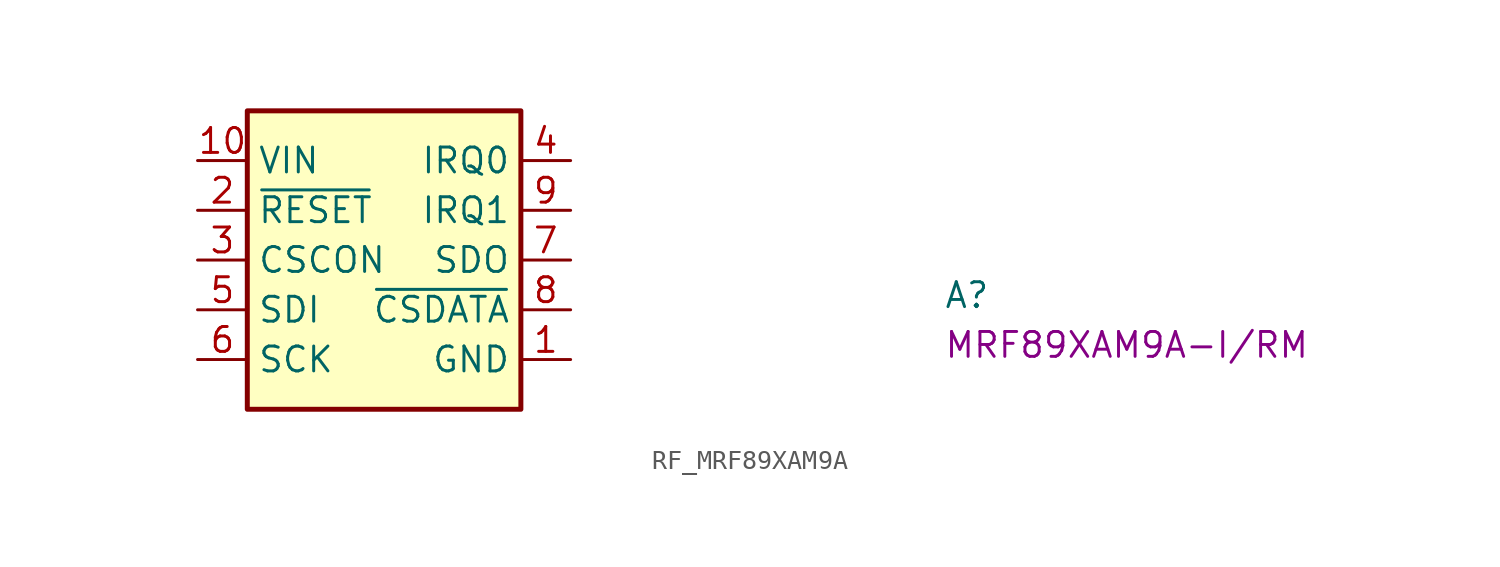
<source format=kicad_sym>
(kicad_symbol_lib
  (version 20220914)
  (generator kicad_symbol_editor)
  (symbol "RF_MRF89XAM9A"
    (property "Reference" "A"
      (at 38.1 -7.62 0)
      (effects (font (size 1.27 1.27) (thickness 0.15)) (justify left bottom)))
    (property "MPN" "MRF89XAM9A-I/RM"
      (at 38.1 -10.16 0)
      (effects (font (size 1.27 1.27) (thickness 0.15)) (justify left bottom)))
    (symbol "RF_MRF89XAM9A_1_1"
      (rectangle (start 2.54 2.54) (end 16.51 -12.7) (stroke (width 0.254) (type default)) (fill (type background)))
      (pin power_in line (at 19.05 -10.16 180) (length 2.54) (name "GND" (effects (font (size 1.27 1.27)))) (number "1" (effects (font (size 1.27 1.27)))))
      (pin power_in line (at 0 0 0) (length 2.54) (name "VIN" (effects (font (size 1.27 1.27)))) (number "10" (effects (font (size 1.27 1.27)))))
      (pin passive line (at 19.05 -10.16 180) (length 2.54) hide (name "GND" (effects (font (size 1.27 1.27)))) (number "11" (effects (font (size 1.27 1.27)))))
      (pin passive line (at 19.05 -10.16 180) (length 2.54) hide (name "GND" (effects (font (size 1.27 1.27)))) (number "12" (effects (font (size 1.27 1.27)))))
      (pin input line (at 0 -2.54 0) (length 2.54) (name "~{RESET}" (effects (font (size 1.27 1.27)))) (number "2" (effects (font (size 1.27 1.27)))))
      (pin bidirectional line (at 0 -5.08 0) (length 2.54) (name "CSCON" (effects (font (size 1.27 1.27)))) (number "3" (effects (font (size 1.27 1.27)))))
      (pin output line (at 19.05 0 180) (length 2.54) (name "IRQ0" (effects (font (size 1.27 1.27)))) (number "4" (effects (font (size 1.27 1.27)))))
      (pin input line (at 0 -7.62 0) (length 2.54) (name "SDI" (effects (font (size 1.27 1.27)))) (number "5" (effects (font (size 1.27 1.27)))))
      (pin input line (at 0 -10.16 0) (length 2.54) (name "SCK" (effects (font (size 1.27 1.27)))) (number "6" (effects (font (size 1.27 1.27)))))
      (pin output line (at 19.05 -5.08 180) (length 2.54) (name "SDO" (effects (font (size 1.27 1.27)))) (number "7" (effects (font (size 1.27 1.27)))))
      (pin bidirectional line (at 19.05 -7.62 180) (length 2.54) (name "~{CSDATA}" (effects (font (size 1.27 1.27)))) (number "8" (effects (font (size 1.27 1.27)))))
      (pin output line (at 19.05 -2.54 180) (length 2.54) (name "IRQ1" (effects (font (size 1.27 1.27)))) (number "9" (effects (font (size 1.27 1.27))))))))
</source>
